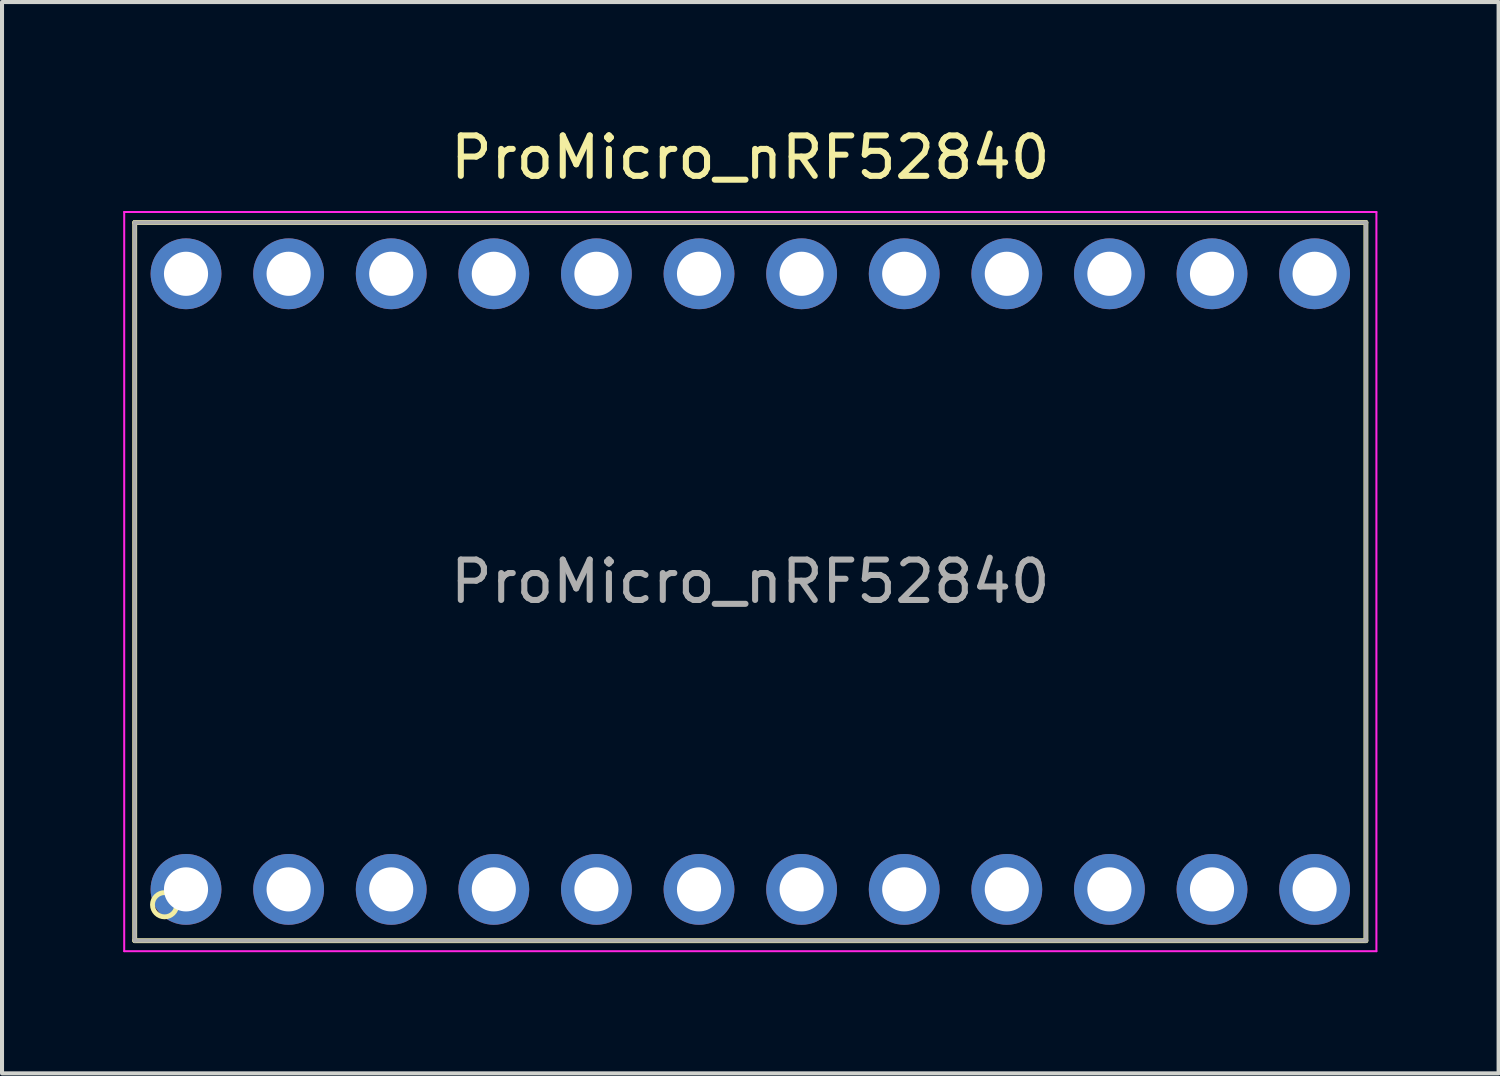
<source format=kicad_pcb>
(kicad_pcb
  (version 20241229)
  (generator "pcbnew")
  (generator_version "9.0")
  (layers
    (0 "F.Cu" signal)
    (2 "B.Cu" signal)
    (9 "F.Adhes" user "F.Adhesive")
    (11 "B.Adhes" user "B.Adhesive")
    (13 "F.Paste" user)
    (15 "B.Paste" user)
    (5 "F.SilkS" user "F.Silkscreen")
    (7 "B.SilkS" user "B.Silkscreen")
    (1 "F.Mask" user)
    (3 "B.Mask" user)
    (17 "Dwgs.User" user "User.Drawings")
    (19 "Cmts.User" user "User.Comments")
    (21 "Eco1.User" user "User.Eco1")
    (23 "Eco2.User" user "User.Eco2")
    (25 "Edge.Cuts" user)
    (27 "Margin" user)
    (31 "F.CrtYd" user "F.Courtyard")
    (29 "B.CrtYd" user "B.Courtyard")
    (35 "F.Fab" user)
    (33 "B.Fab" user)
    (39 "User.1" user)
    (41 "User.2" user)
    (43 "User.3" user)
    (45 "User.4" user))
  (footprint "ProMicro_nRF52840"
    (layer "F.Cu")
    (at 15.525 11.348)
    (property "Reference" "ProMicro_nRF52840" (at 0 -10.5 0) (layer "F.SilkS") (effects (font (size 1 1) (thickness 0.15))))
    (attr through_hole)
    (fp_line (start -15.24 -8.89) (end 15.24 -8.89) (stroke (width 0.12) (type solid)) (layer "F.SilkS"))
    (fp_line (start -15.24 8.89) (end -15.24 -8.89) (stroke (width 0.12) (type solid)) (layer "F.SilkS"))
    (fp_line (start 15.24 -8.89) (end 15.24 8.89) (stroke (width 0.12) (type solid)) (layer "F.SilkS"))
    (fp_line (start 15.24 8.89) (end -15.24 8.89) (stroke (width 0.12) (type solid)) (layer "F.SilkS"))
    (fp_circle (center -14.5 8) (end -14.2 8) (stroke (width 0.12) (type solid)) (fill no) (layer "F.SilkS"))
    (fp_line (start -15.5 -9.15) (end 15.5 -9.15) (stroke (width 0.05) (type solid)) (layer "F.CrtYd"))
    (fp_line (start -15.5 9.15) (end -15.5 -9.15) (stroke (width 0.05) (type solid)) (layer "F.CrtYd"))
    (fp_line (start 15.5 -9.15) (end 15.5 9.15) (stroke (width 0.05) (type solid)) (layer "F.CrtYd"))
    (fp_line (start 15.5 9.15) (end -15.5 9.15) (stroke (width 0.05) (type solid)) (layer "F.CrtYd"))
    (fp_line (start -15.24 -8.89) (end 15.24 -8.89) (stroke (width 0.1) (type solid)) (layer "F.Fab"))
    (fp_line (start -15.24 8.89) (end -15.24 -8.89) (stroke (width 0.1) (type solid)) (layer "F.Fab"))
    (fp_line (start 15.24 -8.89) (end 15.24 8.89) (stroke (width 0.1) (type solid)) (layer "F.Fab"))
    (fp_line (start 15.24 8.89) (end -15.24 8.89) (stroke (width 0.1) (type solid)) (layer "F.Fab"))
    (fp_text user "${REFERENCE}" (at 0 0 0) (layer "F.Fab") (effects (font (size 1 1) (thickness 0.15))))
    (pad "1" thru_hole circle (at -13.97 7.62) (size 1.753 1.753) (drill 1.092) (layers "*.Cu" "*.Mask"))
    (pad "2" thru_hole circle (at -11.43 7.62) (size 1.753 1.753) (drill 1.092) (layers "*.Cu" "*.Mask"))
    (pad "3" thru_hole circle (at -8.89 7.62) (size 1.753 1.753) (drill 1.092) (layers "*.Cu" "*.Mask"))
    (pad "4" thru_hole circle (at -6.35 7.62) (size 1.753 1.753) (drill 1.092) (layers "*.Cu" "*.Mask"))
    (pad "5" thru_hole circle (at -3.81 7.62) (size 1.753 1.753) (drill 1.092) (layers "*.Cu" "*.Mask"))
    (pad "6" thru_hole circle (at -1.27 7.62) (size 1.753 1.753) (drill 1.092) (layers "*.Cu" "*.Mask"))
    (pad "7" thru_hole circle (at 1.27 7.62) (size 1.753 1.753) (drill 1.092) (layers "*.Cu" "*.Mask"))
    (pad "8" thru_hole circle (at 3.81 7.62) (size 1.753 1.753) (drill 1.092) (layers "*.Cu" "*.Mask"))
    (pad "9" thru_hole circle (at 6.35 7.62) (size 1.753 1.753) (drill 1.092) (layers "*.Cu" "*.Mask"))
    (pad "10" thru_hole circle (at 8.89 7.62) (size 1.753 1.753) (drill 1.092) (layers "*.Cu" "*.Mask"))
    (pad "11" thru_hole circle (at 11.43 7.62) (size 1.753 1.753) (drill 1.092) (layers "*.Cu" "*.Mask"))
    (pad "12" thru_hole circle (at 13.97 7.62) (size 1.753 1.753) (drill 1.092) (layers "*.Cu" "*.Mask"))
    (pad "13" thru_hole circle (at 13.97 -7.62) (size 1.753 1.753) (drill 1.092) (layers "*.Cu" "*.Mask"))
    (pad "14" thru_hole circle (at 11.43 -7.62) (size 1.753 1.753) (drill 1.092) (layers "*.Cu" "*.Mask"))
    (pad "15" thru_hole circle (at 8.89 -7.62) (size 1.753 1.753) (drill 1.092) (layers "*.Cu" "*.Mask"))
    (pad "16" thru_hole circle (at 6.35 -7.62) (size 1.753 1.753) (drill 1.092) (layers "*.Cu" "*.Mask"))
    (pad "17" thru_hole circle (at 3.81 -7.62) (size 1.753 1.753) (drill 1.092) (layers "*.Cu" "*.Mask"))
    (pad "18" thru_hole circle (at 1.27 -7.62) (size 1.753 1.753) (drill 1.092) (layers "*.Cu" "*.Mask"))
    (pad "19" thru_hole circle (at -1.27 -7.62) (size 1.753 1.753) (drill 1.092) (layers "*.Cu" "*.Mask"))
    (pad "20" thru_hole circle (at -3.81 -7.62) (size 1.753 1.753) (drill 1.092) (layers "*.Cu" "*.Mask"))
    (pad "21" thru_hole circle (at -6.35 -7.62) (size 1.753 1.753) (drill 1.092) (layers "*.Cu" "*.Mask"))
    (pad "22" thru_hole circle (at -8.89 -7.62) (size 1.753 1.753) (drill 1.092) (layers "*.Cu" "*.Mask"))
    (pad "23" thru_hole circle (at -11.43 -7.62) (size 1.753 1.753) (drill 1.092) (layers "*.Cu" "*.Mask"))
    (pad "24" thru_hole circle (at -13.97 -7.62) (size 1.753 1.753) (drill 1.092) (layers "*.Cu" "*.Mask")))
  (gr_rect
    (start -3 -3)
    (end 34.05 23.523)
    (stroke (width 0.1) (type default))
    (fill no)
    (layer "Edge.Cuts")))
</source>
